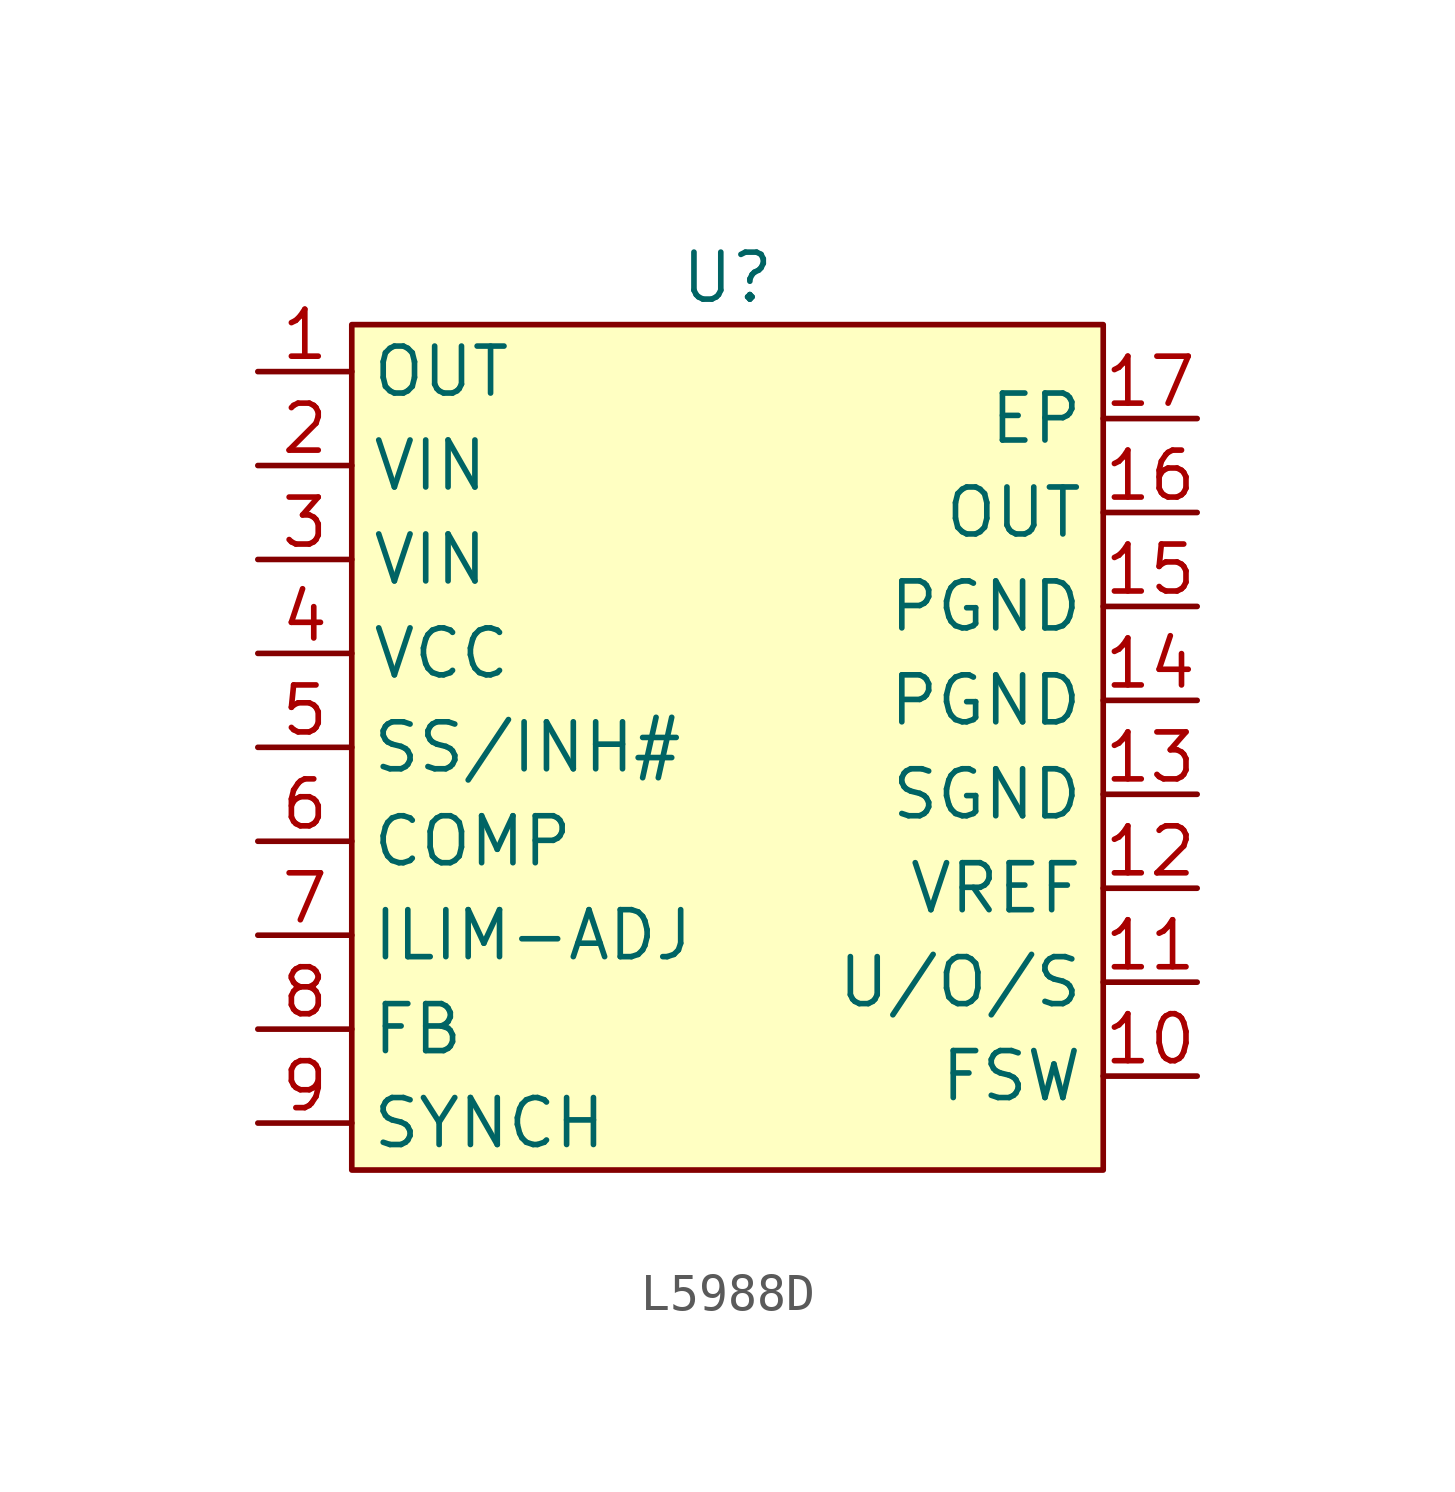
<source format=kicad_sym>
(kicad_symbol_lib
  (version 20220914)
  (generator kicad_symbol_editor)
  (symbol "L5988D"
    (property "Reference" "U"
      (at 0 12.7 0)
      (effects (font (size 1.27 1.27))))
    (property "Value" ""
      (at 0 -1.27 0)
      (effects (font (size 1.27 1.27))))
    (symbol "L5988D_1_1"
      (rectangle (start -10.16 11.43) (end 10.16 -11.43) (stroke (width 0) (type default)) (fill (type background)))
      (pin power_out line (at -12.7 10.16 0) (length 2.54) (name "OUT" (effects (font (size 1.27 1.27)))) (number "1" (effects (font (size 1.27 1.27)))))
      (pin input line (at 12.7 -8.89 180) (length 2.54) (name "FSW" (effects (font (size 1.27 1.27)))) (number "10" (effects (font (size 1.27 1.27)))))
      (pin input line (at 12.7 -6.35 180) (length 2.54) (name "U/O/S" (effects (font (size 1.27 1.27)))) (number "11" (effects (font (size 1.27 1.27)))))
      (pin output line (at 12.7 -3.81 180) (length 2.54) (name "VREF" (effects (font (size 1.27 1.27)))) (number "12" (effects (font (size 1.27 1.27)))))
      (pin power_in line (at 12.7 -1.27 180) (length 2.54) (name "SGND" (effects (font (size 1.27 1.27)))) (number "13" (effects (font (size 1.27 1.27)))))
      (pin power_in line (at 12.7 1.27 180) (length 2.54) (name "PGND" (effects (font (size 1.27 1.27)))) (number "14" (effects (font (size 1.27 1.27)))))
      (pin power_in line (at 12.7 3.81 180) (length 2.54) (name "PGND" (effects (font (size 1.27 1.27)))) (number "15" (effects (font (size 1.27 1.27)))))
      (pin power_out line (at 12.7 6.35 180) (length 2.54) (name "OUT" (effects (font (size 1.27 1.27)))) (number "16" (effects (font (size 1.27 1.27)))))
      (pin bidirectional line (at 12.7 8.89 180) (length 2.54) (name "EP" (effects (font (size 1.27 1.27)))) (number "17" (effects (font (size 1.27 1.27)))))
      (pin power_in line (at -12.7 7.62 0) (length 2.54) (name "VIN" (effects (font (size 1.27 1.27)))) (number "2" (effects (font (size 1.27 1.27)))))
      (pin power_in line (at -12.7 5.08 0) (length 2.54) (name "VIN" (effects (font (size 1.27 1.27)))) (number "3" (effects (font (size 1.27 1.27)))))
      (pin input line (at -12.7 2.54 0) (length 2.54) (name "VCC" (effects (font (size 1.27 1.27)))) (number "4" (effects (font (size 1.27 1.27)))))
      (pin input line (at -12.7 0 0) (length 2.54) (name "SS/INH#" (effects (font (size 1.27 1.27)))) (number "5" (effects (font (size 1.27 1.27)))))
      (pin output line (at -12.7 -2.54 0) (length 2.54) (name "COMP" (effects (font (size 1.27 1.27)))) (number "6" (effects (font (size 1.27 1.27)))))
      (pin input line (at -12.7 -5.08 0) (length 2.54) (name "ILIM-ADJ" (effects (font (size 1.27 1.27)))) (number "7" (effects (font (size 1.27 1.27)))))
      (pin input line (at -12.7 -7.62 0) (length 2.54) (name "FB" (effects (font (size 1.27 1.27)))) (number "8" (effects (font (size 1.27 1.27)))))
      (pin input line (at -12.7 -10.16 0) (length 2.54) (name "SYNCH" (effects (font (size 1.27 1.27)))) (number "9" (effects (font (size 1.27 1.27))))))))
</source>
